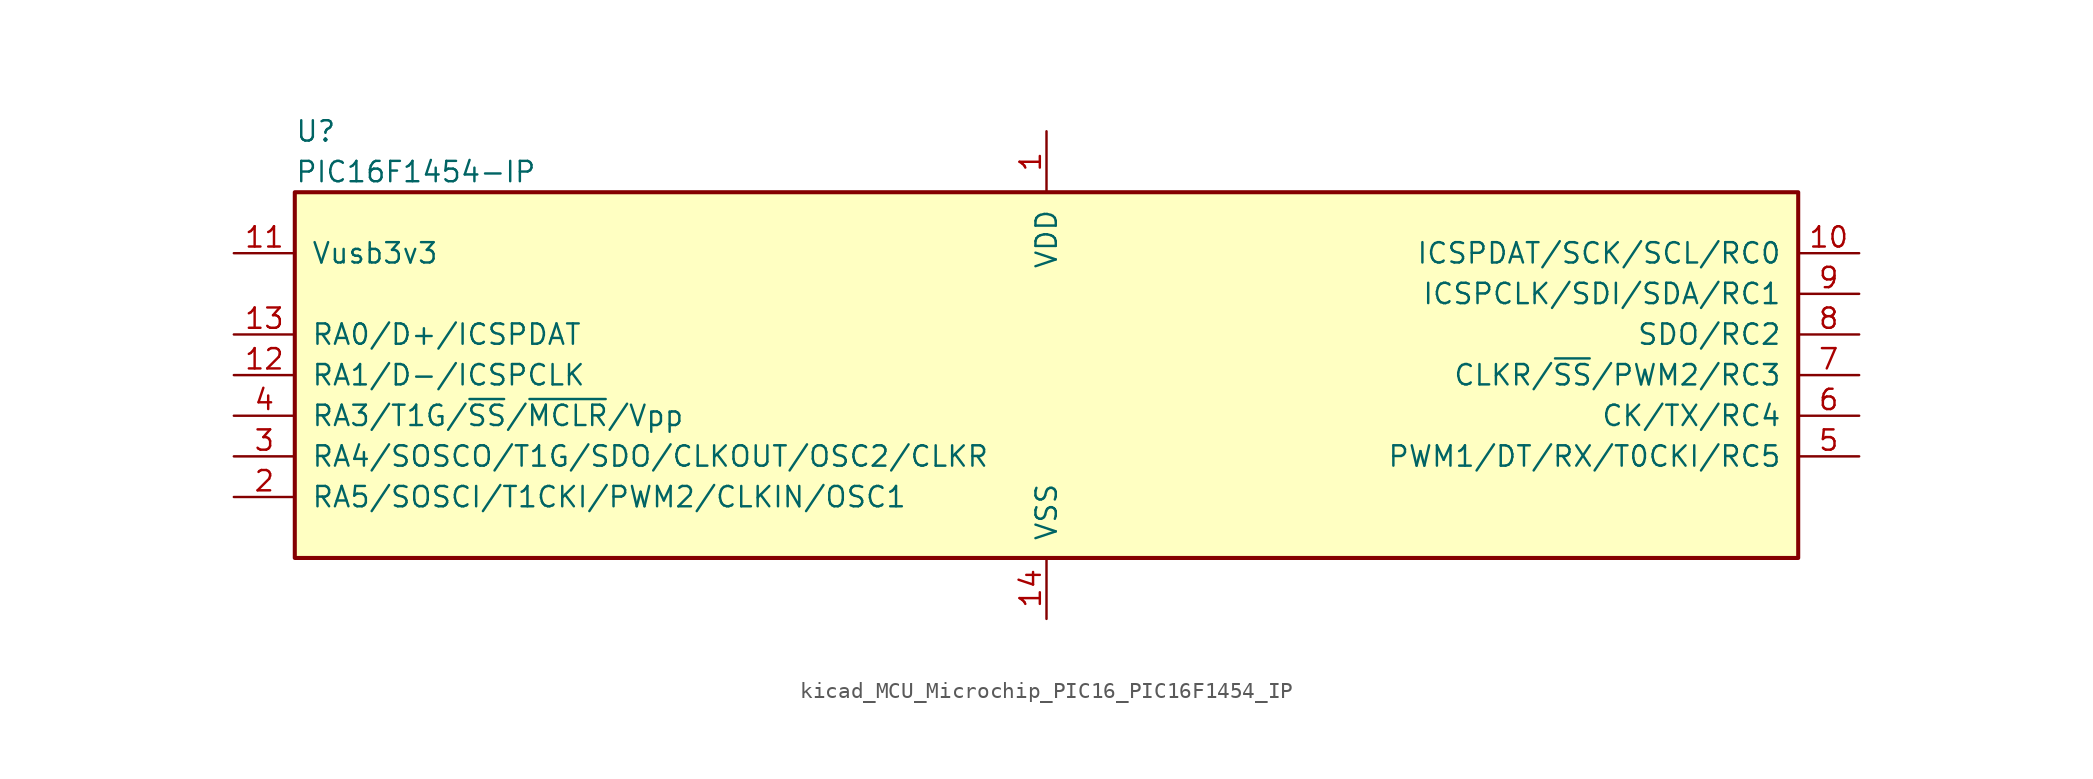
<source format=kicad_sym>
(kicad_symbol_lib
  (version 20220914)
  (generator kicad_symbol_editor)
  (symbol "kicad_MCU_Microchip_PIC16_PIC16F1454_IP"
    (pin_names
      (offset 1.016))
    (property "Reference" "U"
      (at -46.99 15.24 0)
      (effects (font (size 1.27 1.27)) (justify left)))
    (property "Value" "PIC16F1454-IP"
      (at -46.99 12.7 0)
      (effects (font (size 1.27 1.27)) (justify left)))
    (symbol "kicad_MCU_Microchip_PIC16_PIC16F1454_IP_0_1"
      (rectangle (start -46.99 11.43) (end 46.99 -11.43) (stroke (width 0.254) (type default)) (fill (type background))))
    (symbol "kicad_MCU_Microchip_PIC16_PIC16F1454_IP_1_1"
      (pin power_in line (at 0 15.24 270) (length 3.81) (name "VDD" (effects (font (size 1.27 1.27)))) (number "1" (effects (font (size 1.27 1.27)))))
      (pin bidirectional line (at 50.8 7.62 180) (length 3.81) (name "ICSPDAT/SCK/SCL/RC0" (effects (font (size 1.27 1.27)))) (number "10" (effects (font (size 1.27 1.27)))))
      (pin bidirectional line (at -50.8 7.62 0) (length 3.81) (name "Vusb3v3" (effects (font (size 1.27 1.27)))) (number "11" (effects (font (size 1.27 1.27)))))
      (pin bidirectional line (at -50.8 0 0) (length 3.81) (name "RA1/D-/ICSPCLK" (effects (font (size 1.27 1.27)))) (number "12" (effects (font (size 1.27 1.27)))))
      (pin bidirectional line (at -50.8 2.54 0) (length 3.81) (name "RA0/D+/ICSPDAT" (effects (font (size 1.27 1.27)))) (number "13" (effects (font (size 1.27 1.27)))))
      (pin power_in line (at 0 -15.24 90) (length 3.81) (name "VSS" (effects (font (size 1.27 1.27)))) (number "14" (effects (font (size 1.27 1.27)))))
      (pin bidirectional line (at -50.8 -7.62 0) (length 3.81) (name "RA5/SOSCI/T1CKI/PWM2/CLKIN/OSC1" (effects (font (size 1.27 1.27)))) (number "2" (effects (font (size 1.27 1.27)))))
      (pin bidirectional line (at -50.8 -5.08 0) (length 3.81) (name "RA4/SOSCO/T1G/SDO/CLKOUT/OSC2/CLKR" (effects (font (size 1.27 1.27)))) (number "3" (effects (font (size 1.27 1.27)))))
      (pin input line (at -50.8 -2.54 0) (length 3.81) (name "RA3/T1G/~{SS}/~{MCLR}/Vpp" (effects (font (size 1.27 1.27)))) (number "4" (effects (font (size 1.27 1.27)))))
      (pin bidirectional line (at 50.8 -5.08 180) (length 3.81) (name "PWM1/DT/RX/T0CKI/RC5" (effects (font (size 1.27 1.27)))) (number "5" (effects (font (size 1.27 1.27)))))
      (pin bidirectional line (at 50.8 -2.54 180) (length 3.81) (name "CK/TX/RC4" (effects (font (size 1.27 1.27)))) (number "6" (effects (font (size 1.27 1.27)))))
      (pin bidirectional line (at 50.8 0 180) (length 3.81) (name "CLKR/~{SS}/PWM2/RC3" (effects (font (size 1.27 1.27)))) (number "7" (effects (font (size 1.27 1.27)))))
      (pin bidirectional line (at 50.8 2.54 180) (length 3.81) (name "SDO/RC2" (effects (font (size 1.27 1.27)))) (number "8" (effects (font (size 1.27 1.27)))))
      (pin bidirectional line (at 50.8 5.08 180) (length 3.81) (name "ICSPCLK/SDI/SDA/RC1" (effects (font (size 1.27 1.27)))) (number "9" (effects (font (size 1.27 1.27))))))))
</source>
